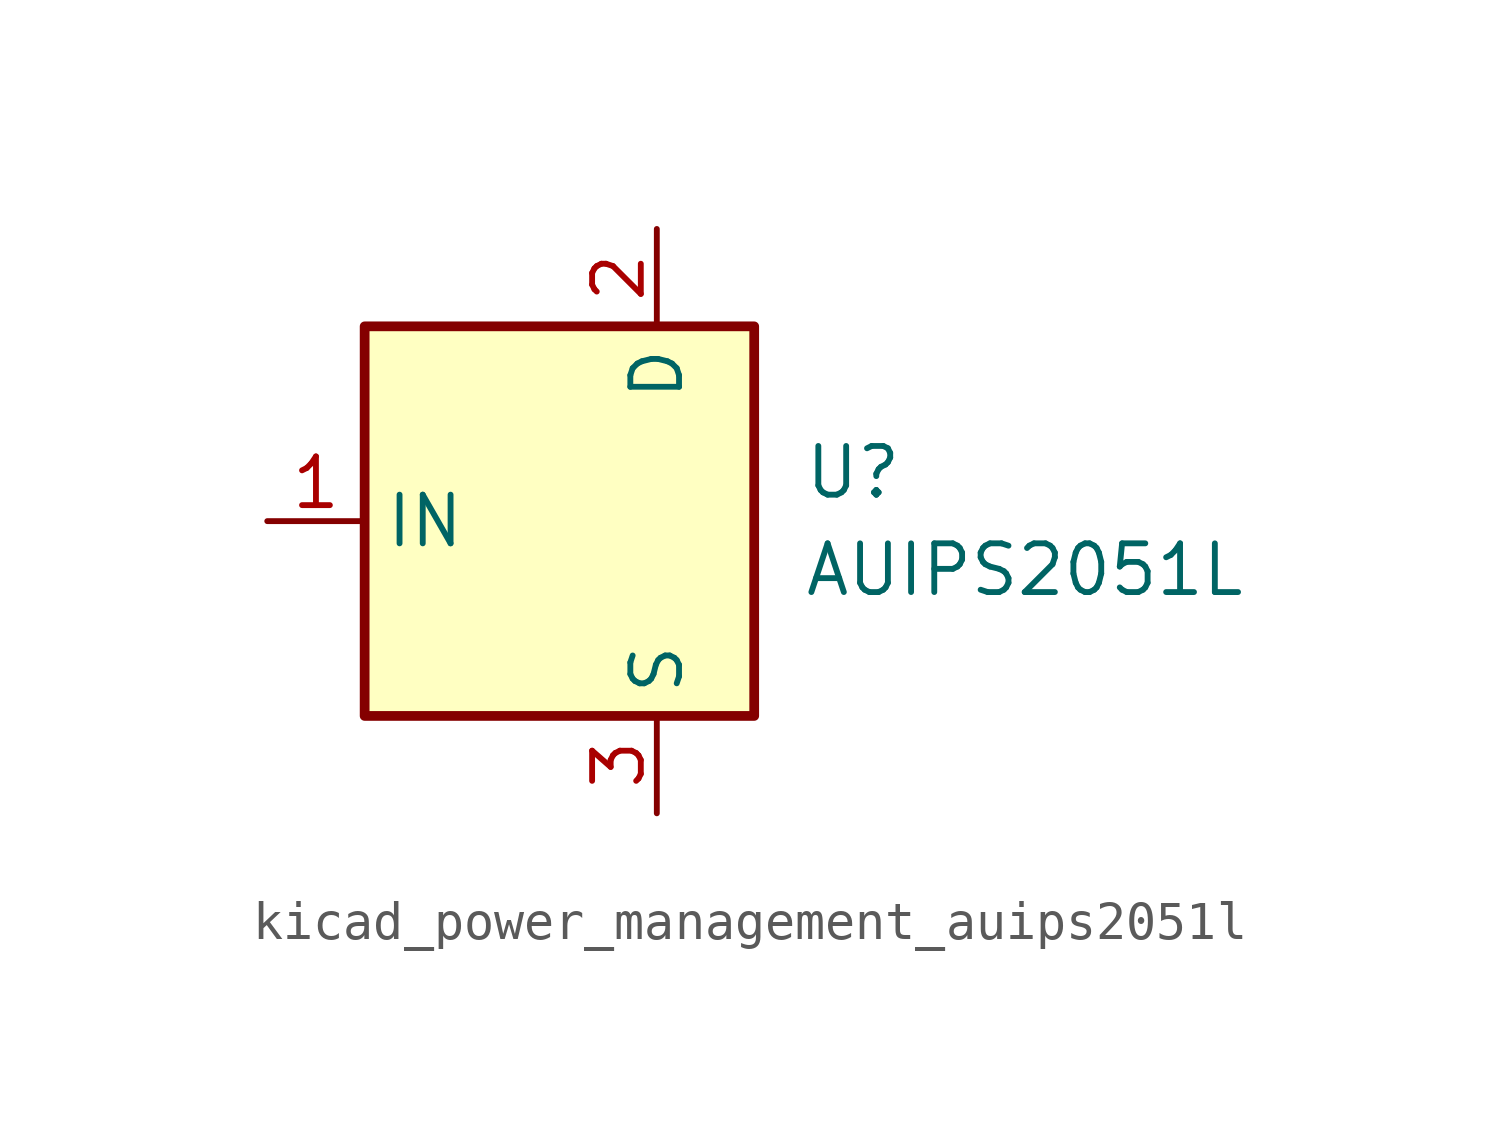
<source format=kicad_sym>
(kicad_symbol_lib
  (version 20220914)
  (generator kicad_symbol_editor)
  (symbol "kicad_power_management_auips2051l"
    (property "Reference" "U"
      (at 3.81 1.27 0)
      (effects (font (size 1.27 1.27)) (justify left)))
    (property "Value" "AUIPS2051L"
      (at 3.81 -1.27 0)
      (effects (font (size 1.27 1.27)) (justify left)))
    (symbol "kicad_power_management_auips2051l_0_1"
      (rectangle (start -7.62 5.08) (end 2.54 -5.08) (stroke (width 0.254) (type default)) (fill (type background))))
    (symbol "kicad_power_management_auips2051l_1_1"
      (pin input line (at -10.16 0 0) (length 2.54) (name "IN" (effects (font (size 1.27 1.27)))) (number "1" (effects (font (size 1.27 1.27)))))
      (pin passive line (at 0 7.62 270) (length 2.54) (name "D" (effects (font (size 1.27 1.27)))) (number "2" (effects (font (size 1.27 1.27)))))
      (pin power_in line (at 0 -7.62 90) (length 2.54) (name "S" (effects (font (size 1.27 1.27)))) (number "3" (effects (font (size 1.27 1.27))))))))
</source>
